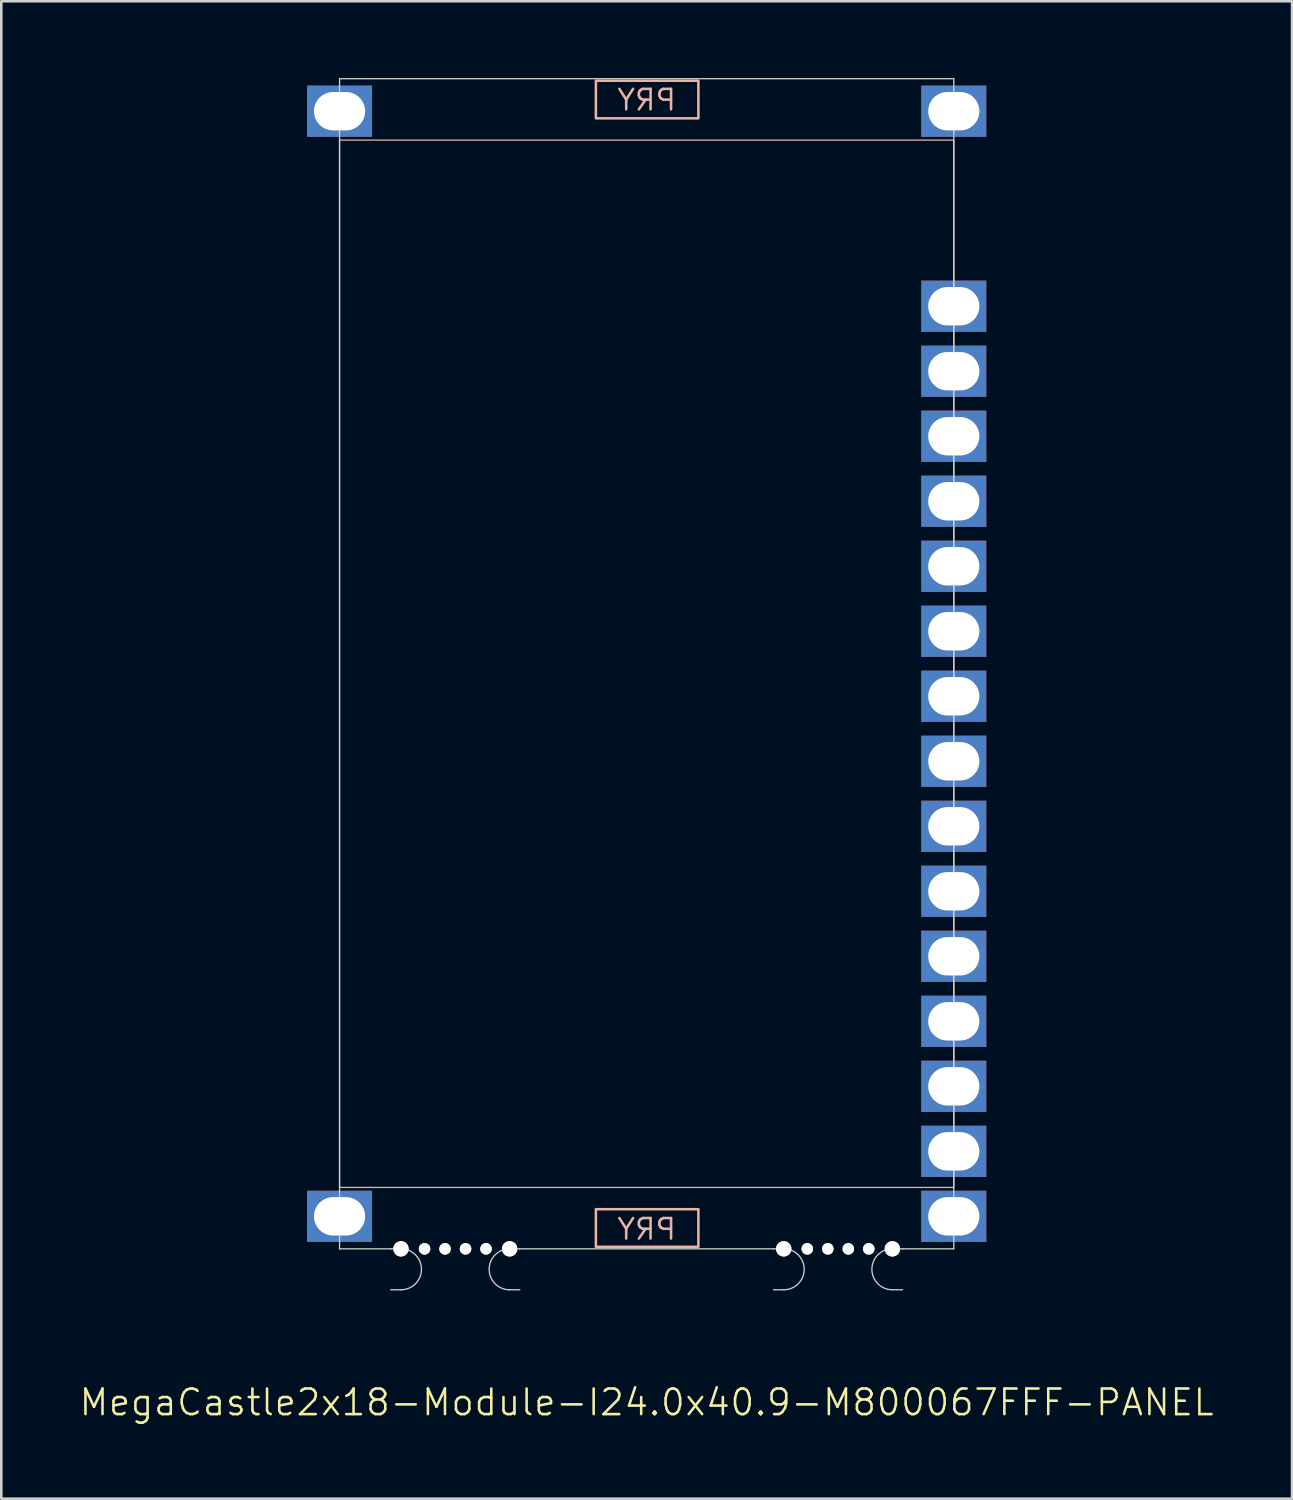
<source format=kicad_pcb>
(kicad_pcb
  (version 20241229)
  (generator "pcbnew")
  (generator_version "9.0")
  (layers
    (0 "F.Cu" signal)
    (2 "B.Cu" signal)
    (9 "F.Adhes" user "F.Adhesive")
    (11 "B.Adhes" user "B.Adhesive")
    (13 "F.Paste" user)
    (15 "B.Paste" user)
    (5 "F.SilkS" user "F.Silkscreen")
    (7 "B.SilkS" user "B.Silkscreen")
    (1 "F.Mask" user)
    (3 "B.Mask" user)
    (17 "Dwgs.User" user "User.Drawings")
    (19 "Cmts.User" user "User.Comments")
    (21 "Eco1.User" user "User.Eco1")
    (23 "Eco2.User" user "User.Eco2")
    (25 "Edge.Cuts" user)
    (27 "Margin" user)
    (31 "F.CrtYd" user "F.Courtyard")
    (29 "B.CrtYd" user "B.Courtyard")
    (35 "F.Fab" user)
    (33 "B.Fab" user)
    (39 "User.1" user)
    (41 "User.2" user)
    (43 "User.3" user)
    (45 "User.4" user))
  (footprint "MegaCastle2x18-Module-I24.0x40.9-M800067FFF-PANEL"
    (layer "F.Cu")
    (at 22.217 22.885)
    (property "Reference" "MegaCastle2x18-Module-I24.0x40.9-M800067FFF-PANEL" (at 0 28.86 0) (unlocked yes) (layer "F.SilkS") (effects (font (size 1 1) (thickness 0.1))))
    (attr smd)
    (fp_rect (start -12 20.46) (end 12 -20.46) (stroke (width 0.05) (type default)) (fill no) (layer "B.SilkS"))
    (fp_rect (start -1.984 -21.311) (end 2.02 -22.78) (stroke (width 0.1) (type default)) (fill no) (layer "B.SilkS"))
    (fp_rect (start -1.984 21.311) (end 2.02 22.78) (stroke (width 0.1) (type default)) (fill no) (layer "B.SilkS"))
    (fp_line (start -12 -22.86) (end -12 22.86) (stroke (width 0.05) (type default)) (layer "Edge.Cuts"))
    (fp_line (start -12 -22.86) (end 12 -22.86) (stroke (width 0.05) (type default)) (layer "Edge.Cuts"))
    (fp_line (start -12 22.86) (end -10 22.86) (stroke (width 0.05) (type default)) (layer "Edge.Cuts"))
    (fp_line (start -10 22.86) (end -9.6 22.86) (stroke (width 0.05) (type default)) (layer "Edge.Cuts"))
    (fp_line (start -10 24.46) (end -9.6 24.46) (stroke (width 0.05) (type default)) (layer "Edge.Cuts"))
    (fp_line (start -4.955 22.86) (end -5.355 22.86) (stroke (width 0.05) (type default)) (layer "Edge.Cuts"))
    (fp_line (start -4.955 22.86) (end 4.955 22.86) (stroke (width 0.05) (type default)) (layer "Edge.Cuts"))
    (fp_line (start -4.955 24.46) (end -5.355 24.46) (stroke (width 0.05) (type default)) (layer "Edge.Cuts"))
    (fp_line (start 4.955 22.86) (end 5.355 22.86) (stroke (width 0.05) (type default)) (layer "Edge.Cuts"))
    (fp_line (start 4.955 24.46) (end 5.355 24.46) (stroke (width 0.05) (type default)) (layer "Edge.Cuts"))
    (fp_line (start 10 22.86) (end 9.6 22.86) (stroke (width 0.05) (type default)) (layer "Edge.Cuts"))
    (fp_line (start 10 22.86) (end 12 22.86) (stroke (width 0.05) (type default)) (layer "Edge.Cuts"))
    (fp_line (start 10 24.46) (end 9.6 24.46) (stroke (width 0.05) (type default)) (layer "Edge.Cuts"))
    (fp_line (start 12 -22.86) (end 12 22.86) (stroke (width 0.05) (type default)) (layer "Edge.Cuts"))
    (fp_arc (start -9.6 22.860001) (mid -8.8 23.66) (end -9.6 24.459999) (stroke (width 0.05) (type default)) (layer "Edge.Cuts"))
    (fp_arc (start -5.355 24.459999) (mid -6.155 23.66) (end -5.355 22.860001) (stroke (width 0.05) (type default)) (layer "Edge.Cuts"))
    (fp_arc (start 5.355 22.860001) (mid 6.155 23.66) (end 5.355 24.459999) (stroke (width 0.05) (type default)) (layer "Edge.Cuts"))
    (fp_arc (start 9.6 24.459999) (mid 8.800001 23.66) (end 9.6 22.860001) (stroke (width 0.05) (type default)) (layer "Edge.Cuts"))
    (fp_text user "PRY" (at 0 -21.56 0) (unlocked yes) (layer "B.SilkS") (effects (font (size 0.8 0.8) (thickness 0.1)) (justify bottom mirror)))
    (fp_text user "PRY" (at 0 22.56 0) (unlocked yes) (layer "B.SilkS") (effects (font (size 0.8 0.8) (thickness 0.1)) (justify bottom mirror)))
    (pad "" np_thru_hole circle (at -9.6 22.86) (size 0.6 0.6) (drill 0.6) (layers "*.Cu" "Edge.Cuts"))
    (pad "" np_thru_hole circle (at -8.678 22.86) (size 0.45 0.45) (drill 0.45) (layers "*.Cu" "Edge.Cuts"))
    (pad "" np_thru_hole circle (at -7.878 22.86) (size 0.45 0.45) (drill 0.45) (layers "*.Cu" "Edge.Cuts"))
    (pad "" np_thru_hole circle (at -7.077 22.86) (size 0.45 0.45) (drill 0.45) (layers "*.Cu" "Edge.Cuts"))
    (pad "" np_thru_hole circle (at -6.277 22.86) (size 0.45 0.45) (drill 0.45) (layers "*.Cu" "Edge.Cuts"))
    (pad "" np_thru_hole circle (at -5.355 22.86) (size 0.6 0.6) (drill 0.6) (layers "*.Cu" "Edge.Cuts"))
    (pad "" np_thru_hole circle (at 5.355 22.86) (size 0.6 0.6) (drill 0.6) (layers "*.Cu" "Edge.Cuts"))
    (pad "" np_thru_hole circle (at 6.277 22.86) (size 0.45 0.45) (drill 0.45) (layers "*.Cu" "Edge.Cuts"))
    (pad "" np_thru_hole circle (at 7.077 22.86) (size 0.45 0.45) (drill 0.45) (layers "*.Cu" "Edge.Cuts"))
    (pad "" np_thru_hole circle (at 7.878 22.86) (size 0.45 0.45) (drill 0.45) (layers "*.Cu" "Edge.Cuts"))
    (pad "" np_thru_hole circle (at 8.678 22.86) (size 0.45 0.45) (drill 0.45) (layers "*.Cu" "Edge.Cuts"))
    (pad "" np_thru_hole circle (at 9.6 22.86) (size 0.6 0.6) (drill 0.6) (layers "*.Cu" "Edge.Cuts"))
    (pad "1" thru_hole rect (at -12 -21.59) (size 2.54 2) (drill oval 2 1.5) (property pad_prop_castellated) (layers "*.Cu" "*.Mask"))
    (pad "18" thru_hole rect (at -12 21.59) (size 2.54 2) (drill oval 2 1.5) (property pad_prop_castellated) (layers "*.Cu" "*.Mask"))
    (pad "19" thru_hole rect (at 12 -21.59) (size 2.54 2) (drill oval 2 1.5) (property pad_prop_castellated) (layers "*.Cu" "*.Mask"))
    (pad "22" thru_hole rect (at 12 -13.97) (size 2.54 2) (drill oval 2 1.5) (property pad_prop_castellated) (layers "*.Cu" "*.Mask"))
    (pad "23" thru_hole rect (at 12 -11.43) (size 2.54 2) (drill oval 2 1.5) (property pad_prop_castellated) (layers "*.Cu" "*.Mask"))
    (pad "24" thru_hole rect (at 12 -8.89) (size 2.54 2) (drill oval 2 1.5) (property pad_prop_castellated) (layers "*.Cu" "*.Mask"))
    (pad "25" thru_hole rect (at 12 -6.35) (size 2.54 2) (drill oval 2 1.5) (property pad_prop_castellated) (layers "*.Cu" "*.Mask"))
    (pad "26" thru_hole rect (at 12 -3.81) (size 2.54 2) (drill oval 2 1.5) (property pad_prop_castellated) (layers "*.Cu" "*.Mask"))
    (pad "27" thru_hole rect (at 12 -1.27) (size 2.54 2) (drill oval 2 1.5) (property pad_prop_castellated) (layers "*.Cu" "*.Mask"))
    (pad "28" thru_hole rect (at 12 1.27) (size 2.54 2) (drill oval 2 1.5) (property pad_prop_castellated) (layers "*.Cu" "*.Mask"))
    (pad "29" thru_hole rect (at 12 3.81) (size 2.54 2) (drill oval 2 1.5) (property pad_prop_castellated) (layers "*.Cu" "*.Mask"))
    (pad "30" thru_hole rect (at 12 6.35) (size 2.54 2) (drill oval 2 1.5) (property pad_prop_castellated) (layers "*.Cu" "*.Mask"))
    (pad "31" thru_hole rect (at 12 8.89) (size 2.54 2) (drill oval 2 1.5) (property pad_prop_castellated) (layers "*.Cu" "*.Mask"))
    (pad "32" thru_hole rect (at 12 11.43) (size 2.54 2) (drill oval 2 1.5) (property pad_prop_castellated) (layers "*.Cu" "*.Mask"))
    (pad "33" thru_hole rect (at 12 13.97) (size 2.54 2) (drill oval 2 1.5) (property pad_prop_castellated) (layers "*.Cu" "*.Mask"))
    (pad "34" thru_hole rect (at 12 16.51) (size 2.54 2) (drill oval 2 1.5) (property pad_prop_castellated) (layers "*.Cu" "*.Mask"))
    (pad "35" thru_hole rect (at 12 19.05) (size 2.54 2) (drill oval 2 1.5) (property pad_prop_castellated) (layers "*.Cu" "*.Mask"))
    (pad "36" thru_hole rect (at 12 21.59) (size 2.54 2) (drill oval 2 1.5) (property pad_prop_castellated) (layers "*.Cu" "*.Mask"))
    (zone (net_name "") (layer "B.Cu") (hatch edge 0.5) (connect_pads) (min_thickness 0.25) (filled_areas_thickness no) (keepout (tracks allowed) (vias allowed) (pads allowed) (copperpour allowed) (footprints not_allowed)) (placement (enabled no)) (fill) (polygon (pts (xy 10.217 45.745) (xy 10.217 0.025))))
    (zone (net_name "") (layer "B.Cu") (hatch edge 0.5) (connect_pads) (min_thickness 0.25) (filled_areas_thickness no) (keepout (tracks allowed) (vias allowed) (pads allowed) (copperpour allowed) (footprints not_allowed)) (placement (enabled no)) (fill) (polygon (pts (xy 34.217 45.745) (xy 34.217 0.025))))
    (zone (net_name "") (layer "B.Cu") (hatch edge 0.5) (connect_pads) (min_thickness 0.25) (filled_areas_thickness no) (keepout (tracks allowed) (vias allowed) (pads allowed) (copperpour allowed) (footprints not_allowed)) (placement (enabled no)) (fill) (polygon (pts (xy 10.217 0.025) (xy 10.217 2.425) (xy 34.217 2.425) (xy 34.217 0.025))))
    (zone (net_name "") (layer "B.Cu") (hatch edge 0.5) (connect_pads) (min_thickness 0.25) (filled_areas_thickness no) (keepout (tracks allowed) (vias allowed) (pads allowed) (copperpour allowed) (footprints not_allowed)) (placement (enabled no)) (fill) (polygon (pts (xy 10.217 45.745) (xy 10.217 43.345) (xy 34.217 43.345) (xy 34.217 45.745))))
    (zone (net_name "") (layer "B.Cu") (name "Upper Pry Zone") (hatch edge 0.5) (connect_pads) (min_thickness 0.25) (filled_areas_thickness no) (keepout (tracks not_allowed) (vias not_allowed) (pads not_allowed) (copperpour allowed) (footprints not_allowed)) (placement (enabled no)) (fill) (polygon (pts (xy 20.232 1.574) (xy 20.232 0.105) (xy 24.236 0.105) (xy 24.236 1.574))))
    (zone (net_name "") (layer "B.Cu") (name "Upper Pry Zone") (hatch edge 0.5) (connect_pads) (min_thickness 0.25) (filled_areas_thickness no) (keepout (tracks not_allowed) (vias not_allowed) (pads not_allowed) (copperpour allowed) (footprints not_allowed)) (placement (enabled no)) (fill) (polygon (pts (xy 20.232 44.196) (xy 20.232 45.665) (xy 24.236 45.665) (xy 24.236 44.196)))))
  (gr_rect
    (start -3 -3)
    (end 47.433 55.506)
    (stroke (width 0.1) (type default))
    (fill no)
    (layer "Edge.Cuts")))
</source>
